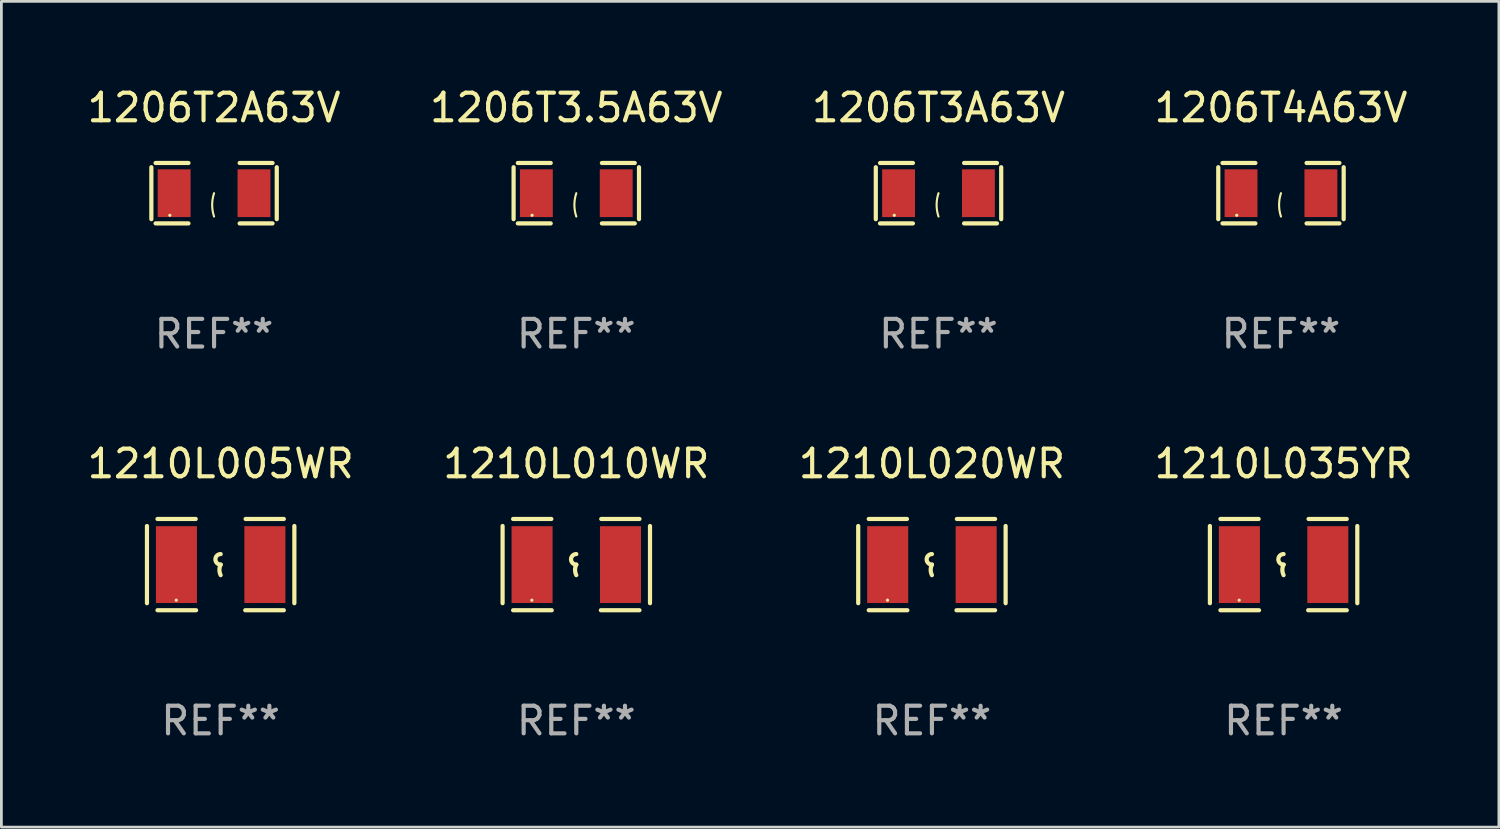
<source format=kicad_pcb>
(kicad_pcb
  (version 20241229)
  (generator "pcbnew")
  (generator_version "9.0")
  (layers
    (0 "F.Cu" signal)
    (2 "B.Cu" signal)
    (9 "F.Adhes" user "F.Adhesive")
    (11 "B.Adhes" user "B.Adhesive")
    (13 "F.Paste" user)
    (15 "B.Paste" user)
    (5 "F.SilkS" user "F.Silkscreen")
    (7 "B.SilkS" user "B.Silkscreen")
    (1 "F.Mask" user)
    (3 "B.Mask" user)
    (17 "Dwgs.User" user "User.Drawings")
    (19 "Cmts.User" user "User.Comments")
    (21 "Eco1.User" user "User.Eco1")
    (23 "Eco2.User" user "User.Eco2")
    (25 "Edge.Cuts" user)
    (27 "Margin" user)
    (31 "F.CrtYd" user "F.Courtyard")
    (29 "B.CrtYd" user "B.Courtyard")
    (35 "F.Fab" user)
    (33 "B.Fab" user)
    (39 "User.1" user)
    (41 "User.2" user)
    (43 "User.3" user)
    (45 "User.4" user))
  (footprint "1210L005WR"
    (layer "F.Cu")
    (at 4.935 17.381)
    (property "Reference" "1210L005WR" (at 0 -3.651 0) (layer "F.SilkS") (effects (font (size 1 1) (thickness 0.15))))
    (attr through_hole)
    (fp_line (start -2.667 -1.397) (end -2.667 1.397) (stroke (width 0.152) (type solid)) (layer "F.SilkS"))
    (fp_line (start -2.286 -1.651) (end -0.903 -1.651) (stroke (width 0.152) (type solid)) (layer "F.SilkS"))
    (fp_line (start -0.889 1.651) (end -2.286 1.651) (stroke (width 0.152) (type solid)) (layer "F.SilkS"))
    (fp_line (start 0.889 1.651) (end 2.286 1.651) (stroke (width 0.152) (type solid)) (layer "F.SilkS"))
    (fp_line (start 2.286 -1.651) (end 0.903 -1.651) (stroke (width 0.152) (type solid)) (layer "F.SilkS"))
    (fp_line (start 2.667 -1.397) (end 2.667 1.397) (stroke (width 0.152) (type solid)) (layer "F.SilkS"))
    (fp_arc (start 0 0) (mid -0.1905 -0.1905) (end 0 -0.381) (stroke (width 0.151994) (type solid)) (layer "F.SilkS"))
    (fp_arc (start 0 0.381001) (mid -0.044971 0.1905) (end 0 0) (stroke (width 0.151994) (type solid)) (layer "F.SilkS"))
    (fp_circle (center -1.608 1.288) (end -1.578 1.288) (stroke (width 0.06) (type solid)) (fill no) (layer "F.SilkS"))
    (fp_text user "REF**" (at 0 5.651 0) (layer "F.Fab") (effects (font (size 1 1) (thickness 0.15))))
    (pad "1" smd rect (at -1.6 0) (size 1.485 2.781) (layers "F.Cu" "F.Mask" "F.Paste"))
    (pad "2" smd rect (at 1.6 0) (size 1.485 2.781) (layers "F.Cu" "F.Mask" "F.Paste")))
  (footprint "1206T2A63V"
    (layer "F.Cu")
    (at 4.696 3.941)
    (property "Reference" "1206T2A63V" (at 0 -3.093 0) (layer "F.SilkS") (effects (font (size 1 1) (thickness 0.15))))
    (attr through_hole)
    (fp_line (start -2.269 -0.94) (end -2.269 0.94) (stroke (width 0.152) (type solid)) (layer "F.SilkS"))
    (fp_line (start -2.116 1.093) (end -0.926 1.093) (stroke (width 0.152) (type solid)) (layer "F.SilkS"))
    (fp_line (start -0.926 -1.093) (end -2.116 -1.093) (stroke (width 0.152) (type solid)) (layer "F.SilkS"))
    (fp_line (start 0.926 -1.093) (end 2.116 -1.093) (stroke (width 0.152) (type solid)) (layer "F.SilkS"))
    (fp_line (start 2.116 1.093) (end 0.926 1.093) (stroke (width 0.152) (type solid)) (layer "F.SilkS"))
    (fp_line (start 2.269 -0.94) (end 2.269 0.94) (stroke (width 0.152) (type solid)) (layer "F.SilkS"))
    (fp_arc (start 0 0.844951) (mid -0.068559 0.422475) (end 0 0) (stroke (width 0.0762) (type solid)) (layer "F.SilkS"))
    (fp_circle (center -1.6 0.8) (end -1.57 0.8) (stroke (width 0.06) (type solid)) (fill no) (layer "F.SilkS"))
    (fp_text user "REF**" (at 0 5.093 0) (layer "F.Fab") (effects (font (size 1 1) (thickness 0.15))))
    (pad "1" smd rect (at -1.445 0) (size 1.19 1.728) (layers "F.Cu" "F.Mask" "F.Paste"))
    (pad "2" smd rect (at 1.445 0) (size 1.19 1.728) (layers "F.Cu" "F.Mask" "F.Paste")))
  (footprint "1210L035YR"
    (layer "F.Cu")
    (at 43.399 17.381)
    (property "Reference" "1210L035YR" (at 0 -3.651 0) (layer "F.SilkS") (effects (font (size 1 1) (thickness 0.15))))
    (attr through_hole)
    (fp_line (start -2.667 -1.397) (end -2.667 1.397) (stroke (width 0.152) (type solid)) (layer "F.SilkS"))
    (fp_line (start -2.286 -1.651) (end -0.903 -1.651) (stroke (width 0.152) (type solid)) (layer "F.SilkS"))
    (fp_line (start -0.889 1.651) (end -2.286 1.651) (stroke (width 0.152) (type solid)) (layer "F.SilkS"))
    (fp_line (start 0.889 1.651) (end 2.286 1.651) (stroke (width 0.152) (type solid)) (layer "F.SilkS"))
    (fp_line (start 2.286 -1.651) (end 0.903 -1.651) (stroke (width 0.152) (type solid)) (layer "F.SilkS"))
    (fp_line (start 2.667 -1.397) (end 2.667 1.397) (stroke (width 0.152) (type solid)) (layer "F.SilkS"))
    (fp_arc (start 0 0) (mid -0.1905 -0.1905) (end 0 -0.381) (stroke (width 0.151994) (type solid)) (layer "F.SilkS"))
    (fp_arc (start 0 0.381001) (mid -0.044971 0.1905) (end 0 0) (stroke (width 0.151994) (type solid)) (layer "F.SilkS"))
    (fp_circle (center -1.608 1.288) (end -1.578 1.288) (stroke (width 0.06) (type solid)) (fill no) (layer "F.SilkS"))
    (fp_text user "REF**" (at 0 5.651 0) (layer "F.Fab") (effects (font (size 1 1) (thickness 0.15))))
    (pad "1" smd rect (at -1.6 0) (size 1.485 2.781) (layers "F.Cu" "F.Mask" "F.Paste"))
    (pad "2" smd rect (at 1.6 0) (size 1.485 2.781) (layers "F.Cu" "F.Mask" "F.Paste")))
  (footprint "1210L020WR"
    (layer "F.Cu")
    (at 30.673 17.381)
    (property "Reference" "1210L020WR" (at 0 -3.651 0) (layer "F.SilkS") (effects (font (size 1 1) (thickness 0.15))))
    (attr through_hole)
    (fp_line (start -2.667 -1.397) (end -2.667 1.397) (stroke (width 0.152) (type solid)) (layer "F.SilkS"))
    (fp_line (start -2.286 -1.651) (end -0.903 -1.651) (stroke (width 0.152) (type solid)) (layer "F.SilkS"))
    (fp_line (start -0.889 1.651) (end -2.286 1.651) (stroke (width 0.152) (type solid)) (layer "F.SilkS"))
    (fp_line (start 0.889 1.651) (end 2.286 1.651) (stroke (width 0.152) (type solid)) (layer "F.SilkS"))
    (fp_line (start 2.286 -1.651) (end 0.903 -1.651) (stroke (width 0.152) (type solid)) (layer "F.SilkS"))
    (fp_line (start 2.667 -1.397) (end 2.667 1.397) (stroke (width 0.152) (type solid)) (layer "F.SilkS"))
    (fp_arc (start 0 0) (mid -0.1905 -0.1905) (end 0 -0.381) (stroke (width 0.151994) (type solid)) (layer "F.SilkS"))
    (fp_arc (start 0 0.381001) (mid -0.044971 0.1905) (end 0 0) (stroke (width 0.151994) (type solid)) (layer "F.SilkS"))
    (fp_circle (center -1.608 1.288) (end -1.578 1.288) (stroke (width 0.06) (type solid)) (fill no) (layer "F.SilkS"))
    (fp_text user "REF**" (at 0 5.651 0) (layer "F.Fab") (effects (font (size 1 1) (thickness 0.15))))
    (pad "1" smd rect (at -1.6 0) (size 1.485 2.781) (layers "F.Cu" "F.Mask" "F.Paste"))
    (pad "2" smd rect (at 1.6 0) (size 1.485 2.781) (layers "F.Cu" "F.Mask" "F.Paste")))
  (footprint "1206T3A63V"
    (layer "F.Cu")
    (at 30.911 3.941)
    (property "Reference" "1206T3A63V" (at 0 -3.093 0) (layer "F.SilkS") (effects (font (size 1 1) (thickness 0.15))))
    (attr through_hole)
    (fp_line (start -2.269 -0.94) (end -2.269 0.94) (stroke (width 0.152) (type solid)) (layer "F.SilkS"))
    (fp_line (start -2.116 1.093) (end -0.926 1.093) (stroke (width 0.152) (type solid)) (layer "F.SilkS"))
    (fp_line (start -0.926 -1.093) (end -2.116 -1.093) (stroke (width 0.152) (type solid)) (layer "F.SilkS"))
    (fp_line (start 0.926 -1.093) (end 2.116 -1.093) (stroke (width 0.152) (type solid)) (layer "F.SilkS"))
    (fp_line (start 2.116 1.093) (end 0.926 1.093) (stroke (width 0.152) (type solid)) (layer "F.SilkS"))
    (fp_line (start 2.269 -0.94) (end 2.269 0.94) (stroke (width 0.152) (type solid)) (layer "F.SilkS"))
    (fp_arc (start 0 0.844951) (mid -0.068559 0.422475) (end 0 0) (stroke (width 0.0762) (type solid)) (layer "F.SilkS"))
    (fp_circle (center -1.6 0.8) (end -1.57 0.8) (stroke (width 0.06) (type solid)) (fill no) (layer "F.SilkS"))
    (fp_text user "REF**" (at 0 5.093 0) (layer "F.Fab") (effects (font (size 1 1) (thickness 0.15))))
    (pad "1" smd rect (at -1.445 0) (size 1.19 1.728) (layers "F.Cu" "F.Mask" "F.Paste"))
    (pad "2" smd rect (at 1.445 0) (size 1.19 1.728) (layers "F.Cu" "F.Mask" "F.Paste")))
  (footprint "1206T4A63V"
    (layer "F.Cu")
    (at 43.304 3.941)
    (property "Reference" "1206T4A63V" (at 0 -3.093 0) (layer "F.SilkS") (effects (font (size 1 1) (thickness 0.15))))
    (attr through_hole)
    (fp_line (start -2.269 -0.94) (end -2.269 0.94) (stroke (width 0.152) (type solid)) (layer "F.SilkS"))
    (fp_line (start -2.116 1.093) (end -0.926 1.093) (stroke (width 0.152) (type solid)) (layer "F.SilkS"))
    (fp_line (start -0.926 -1.093) (end -2.116 -1.093) (stroke (width 0.152) (type solid)) (layer "F.SilkS"))
    (fp_line (start 0.926 -1.093) (end 2.116 -1.093) (stroke (width 0.152) (type solid)) (layer "F.SilkS"))
    (fp_line (start 2.116 1.093) (end 0.926 1.093) (stroke (width 0.152) (type solid)) (layer "F.SilkS"))
    (fp_line (start 2.269 -0.94) (end 2.269 0.94) (stroke (width 0.152) (type solid)) (layer "F.SilkS"))
    (fp_arc (start 0 0.844951) (mid -0.068559 0.422475) (end 0 0) (stroke (width 0.0762) (type solid)) (layer "F.SilkS"))
    (fp_circle (center -1.6 0.8) (end -1.57 0.8) (stroke (width 0.06) (type solid)) (fill no) (layer "F.SilkS"))
    (fp_text user "REF**" (at 0 5.093 0) (layer "F.Fab") (effects (font (size 1 1) (thickness 0.15))))
    (pad "1" smd rect (at -1.445 0) (size 1.19 1.728) (layers "F.Cu" "F.Mask" "F.Paste"))
    (pad "2" smd rect (at 1.445 0) (size 1.19 1.728) (layers "F.Cu" "F.Mask" "F.Paste")))
  (footprint "1210L010WR"
    (layer "F.Cu")
    (at 17.804 17.381)
    (property "Reference" "1210L010WR" (at 0 -3.651 0) (layer "F.SilkS") (effects (font (size 1 1) (thickness 0.15))))
    (attr through_hole)
    (fp_line (start -2.667 -1.397) (end -2.667 1.397) (stroke (width 0.152) (type solid)) (layer "F.SilkS"))
    (fp_line (start -2.286 -1.651) (end -0.903 -1.651) (stroke (width 0.152) (type solid)) (layer "F.SilkS"))
    (fp_line (start -0.889 1.651) (end -2.286 1.651) (stroke (width 0.152) (type solid)) (layer "F.SilkS"))
    (fp_line (start 0.889 1.651) (end 2.286 1.651) (stroke (width 0.152) (type solid)) (layer "F.SilkS"))
    (fp_line (start 2.286 -1.651) (end 0.903 -1.651) (stroke (width 0.152) (type solid)) (layer "F.SilkS"))
    (fp_line (start 2.667 -1.397) (end 2.667 1.397) (stroke (width 0.152) (type solid)) (layer "F.SilkS"))
    (fp_arc (start 0 0) (mid -0.1905 -0.1905) (end 0 -0.381) (stroke (width 0.151994) (type solid)) (layer "F.SilkS"))
    (fp_arc (start 0 0.381001) (mid -0.044971 0.1905) (end 0 0) (stroke (width 0.151994) (type solid)) (layer "F.SilkS"))
    (fp_circle (center -1.608 1.288) (end -1.578 1.288) (stroke (width 0.06) (type solid)) (fill no) (layer "F.SilkS"))
    (fp_text user "REF**" (at 0 5.651 0) (layer "F.Fab") (effects (font (size 1 1) (thickness 0.15))))
    (pad "1" smd rect (at -1.6 0) (size 1.485 2.781) (layers "F.Cu" "F.Mask" "F.Paste"))
    (pad "2" smd rect (at 1.6 0) (size 1.485 2.781) (layers "F.Cu" "F.Mask" "F.Paste")))
  (footprint "1206T3.5A63V"
    (layer "F.Cu")
    (at 17.804 3.941)
    (property "Reference" "1206T3.5A63V" (at 0 -3.093 0) (layer "F.SilkS") (effects (font (size 1 1) (thickness 0.15))))
    (attr through_hole)
    (fp_line (start -2.269 -0.94) (end -2.269 0.94) (stroke (width 0.152) (type solid)) (layer "F.SilkS"))
    (fp_line (start -2.116 1.093) (end -0.926 1.093) (stroke (width 0.152) (type solid)) (layer "F.SilkS"))
    (fp_line (start -0.926 -1.093) (end -2.116 -1.093) (stroke (width 0.152) (type solid)) (layer "F.SilkS"))
    (fp_line (start 0.926 -1.093) (end 2.116 -1.093) (stroke (width 0.152) (type solid)) (layer "F.SilkS"))
    (fp_line (start 2.116 1.093) (end 0.926 1.093) (stroke (width 0.152) (type solid)) (layer "F.SilkS"))
    (fp_line (start 2.269 -0.94) (end 2.269 0.94) (stroke (width 0.152) (type solid)) (layer "F.SilkS"))
    (fp_arc (start 0 0.844951) (mid -0.068559 0.422475) (end 0 0) (stroke (width 0.0762) (type solid)) (layer "F.SilkS"))
    (fp_circle (center -1.6 0.8) (end -1.57 0.8) (stroke (width 0.06) (type solid)) (fill no) (layer "F.SilkS"))
    (fp_text user "REF**" (at 0 5.093 0) (layer "F.Fab") (effects (font (size 1 1) (thickness 0.15))))
    (pad "1" smd rect (at -1.445 0) (size 1.19 1.728) (layers "F.Cu" "F.Mask" "F.Paste"))
    (pad "2" smd rect (at 1.445 0) (size 1.19 1.728) (layers "F.Cu" "F.Mask" "F.Paste")))
  (gr_rect
    (start -3 -3)
    (end 51.19 26.88)
    (stroke (width 0.1) (type default))
    (fill no)
    (layer "Edge.Cuts")))
</source>
